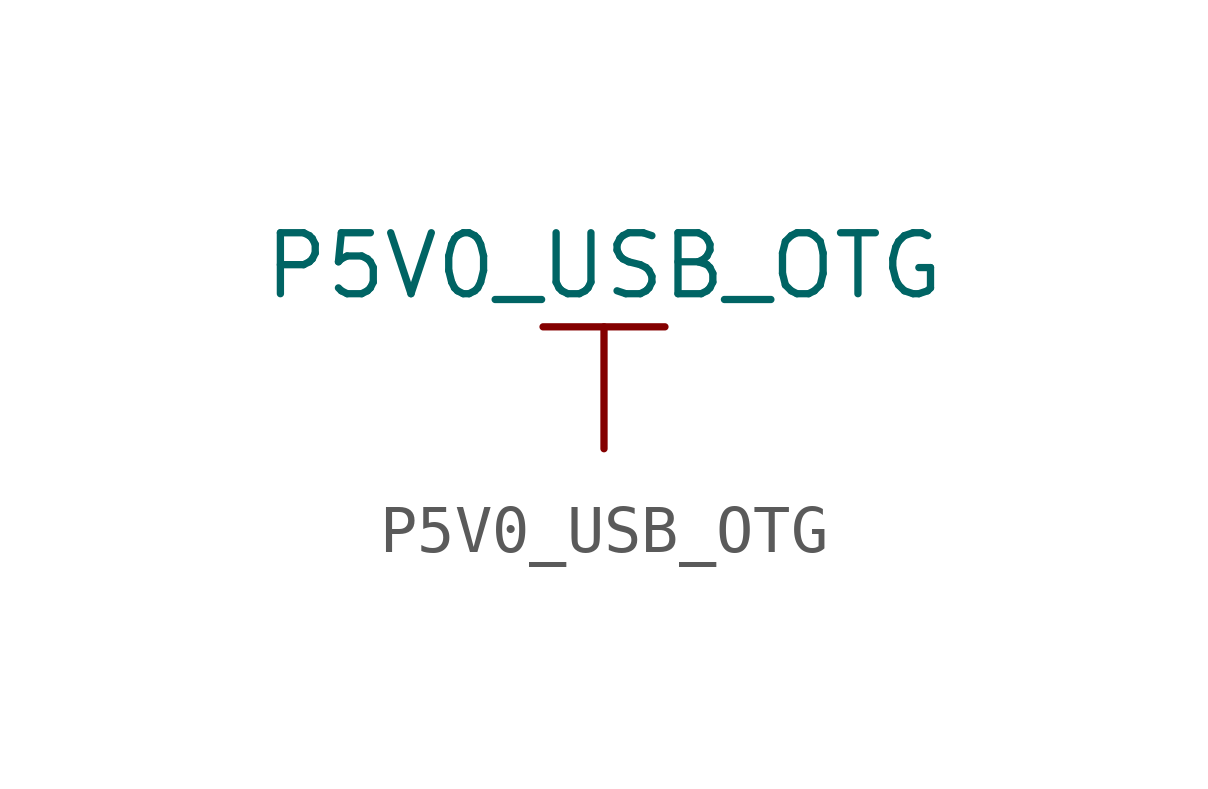
<source format=kicad_sym>
(kicad_symbol_lib
  (version 20211014)
  (generator kicad_symbol_editor)
  (symbol "P5V0_USB_OTG"
    (power)
    (pin_names
      (offset 0))
    (property "Reference" "#PWR"
      (at 0 -3.81 0)
      (effects (font (size 1.27 1.27)) hide))
    (property "Value" "P5V0_USB_OTG"
      (at 0 3.81 0)
      (effects (font (size 1.27 1.27))))
    (symbol "P5V0_USB_OTG_0_1"
      (polyline (pts (xy -1.27 2.54) (xy 1.27 2.54)) (stroke (width 0.152) (type default) (color 0 0 0 0)) (fill (type none)))
      (polyline (pts (xy 0 0) (xy 0 2.54)) (stroke (width 0.152) (type default) (color 0 0 0 0)) (fill (type none))))
    (symbol "P5V0_USB_OTG_1_1"
      (pin power_in line (at 0 0 90) (length 0) hide (name "P5V0_USB_OTG" (effects (font (size 1.27 1.27)))) (number "1" (effects (font (size 1.27 1.27))))))))
</source>
